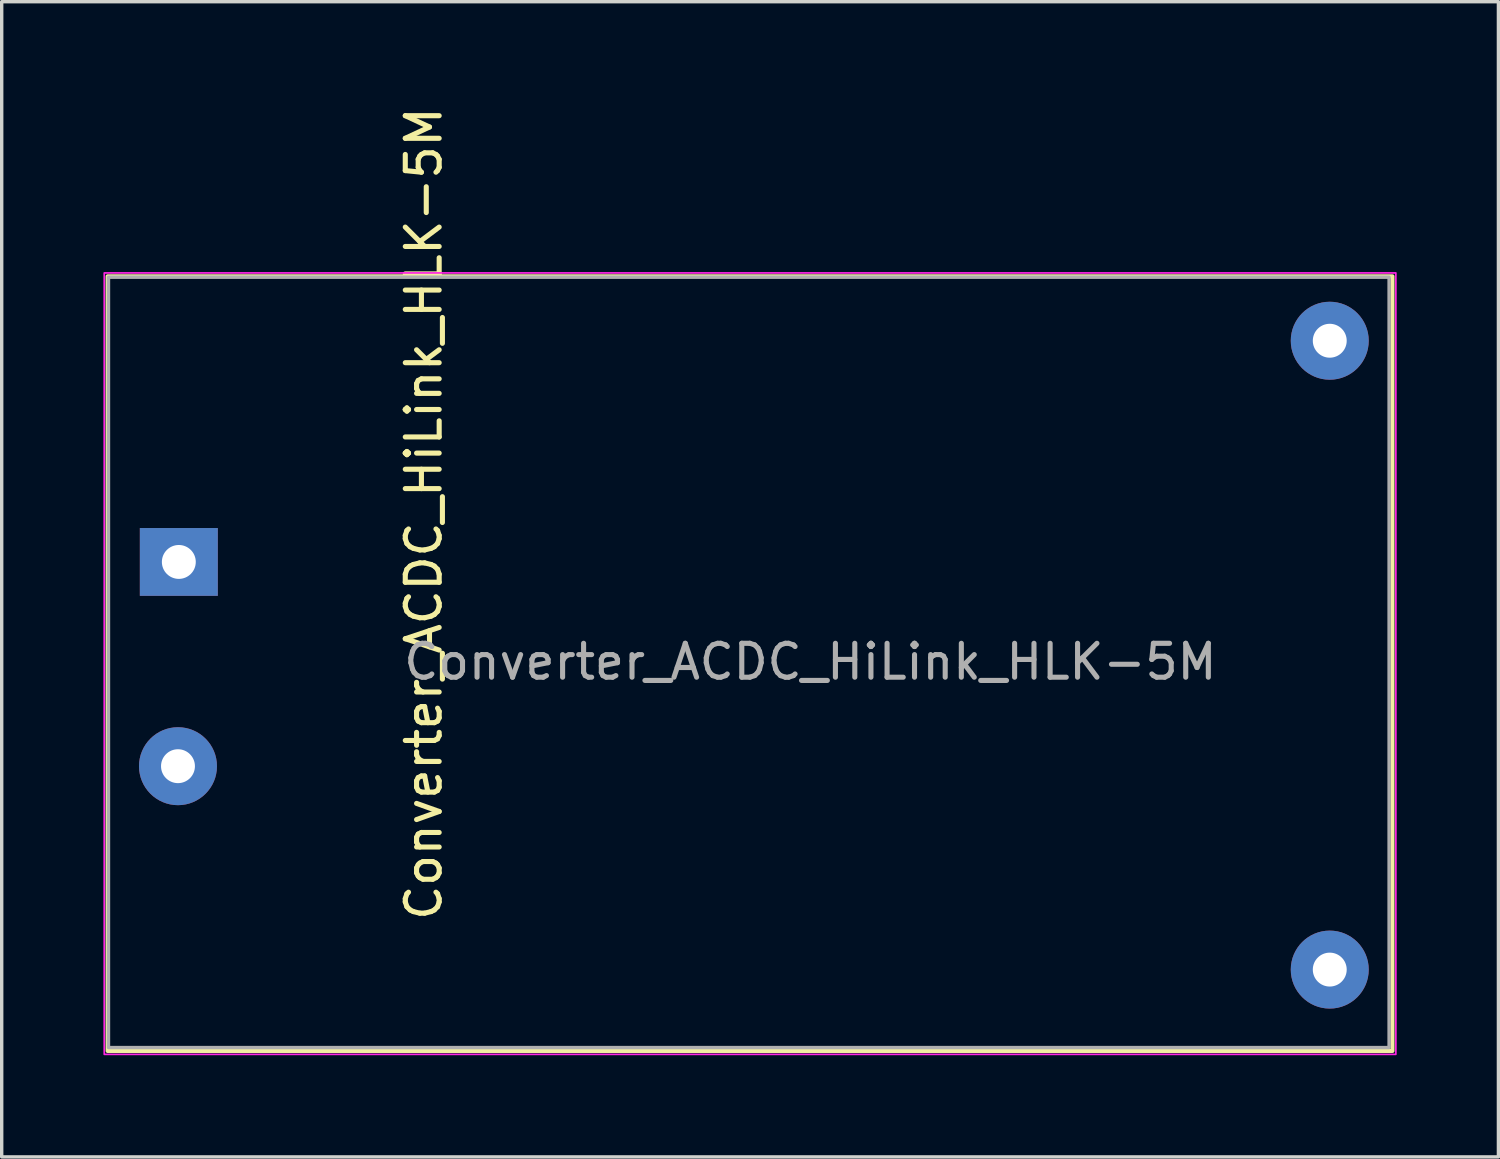
<source format=kicad_pcb>
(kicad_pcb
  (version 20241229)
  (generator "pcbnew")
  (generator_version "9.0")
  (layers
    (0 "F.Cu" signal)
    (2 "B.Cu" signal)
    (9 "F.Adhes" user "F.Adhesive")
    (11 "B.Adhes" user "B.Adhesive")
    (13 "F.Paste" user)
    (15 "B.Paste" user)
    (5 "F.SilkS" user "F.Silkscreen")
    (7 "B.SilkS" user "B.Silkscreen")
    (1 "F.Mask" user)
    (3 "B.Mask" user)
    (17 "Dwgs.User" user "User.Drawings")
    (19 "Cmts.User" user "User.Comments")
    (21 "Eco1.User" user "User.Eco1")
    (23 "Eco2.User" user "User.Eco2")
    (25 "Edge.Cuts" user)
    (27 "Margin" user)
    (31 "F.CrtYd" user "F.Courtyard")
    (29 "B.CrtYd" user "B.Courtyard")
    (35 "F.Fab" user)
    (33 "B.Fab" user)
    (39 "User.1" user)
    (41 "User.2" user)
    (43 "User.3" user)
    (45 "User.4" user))
  (footprint "Converter_ACDC_HiLink_HLK-5M"
    (layer "F.Cu")
    (at 6.175 15.301)
    (property "Reference" "Converter_ACDC_HiLink_HLK-5M" (at 3.275 -3.2 90) (layer "F.SilkS") (effects (font (size 1 1) (thickness 0.15))))
    (attr through_hole)
    (fp_rect (start 31.85 12.65) (end -6.05 -10.2) (stroke (width 0.12) (type solid)) (fill no) (layer "F.SilkS"))
    (fp_rect (start 31.95 12.75) (end -6.15 -10.3) (stroke (width 0.05) (type solid)) (fill no) (layer "F.CrtYd"))
    (fp_rect (start 31.75 12.55) (end -6.025 -10.175) (stroke (width 0.1) (type solid)) (fill no) (layer "F.Fab"))
    (fp_text user "${REFERENCE}" (at 14.68 1.17 0) (layer "F.Fab") (effects (font (size 1 1) (thickness 0.15))))
    (pad "1" thru_hole rect (at -3.95 -1.775) (size 2.3 2) (drill 1) (layers "*.Cu" "*.Mask"))
    (pad "2" thru_hole circle (at -3.975 4.25) (size 2.3 2.3) (drill 1) (layers "*.Cu" "*.Mask"))
    (pad "3" thru_hole circle (at 30 -8.3) (size 2.3 2.3) (drill 1) (layers "*.Cu" "*.Mask"))
    (pad "4" thru_hole circle (at 30 10.25) (size 2.3 2.3) (drill 1) (layers "*.Cu" "*.Mask")))
  (gr_rect
    (start -3 -3)
    (end 41.15 31.076)
    (stroke (width 0.1) (type default))
    (fill no)
    (layer "Edge.Cuts")))
</source>
